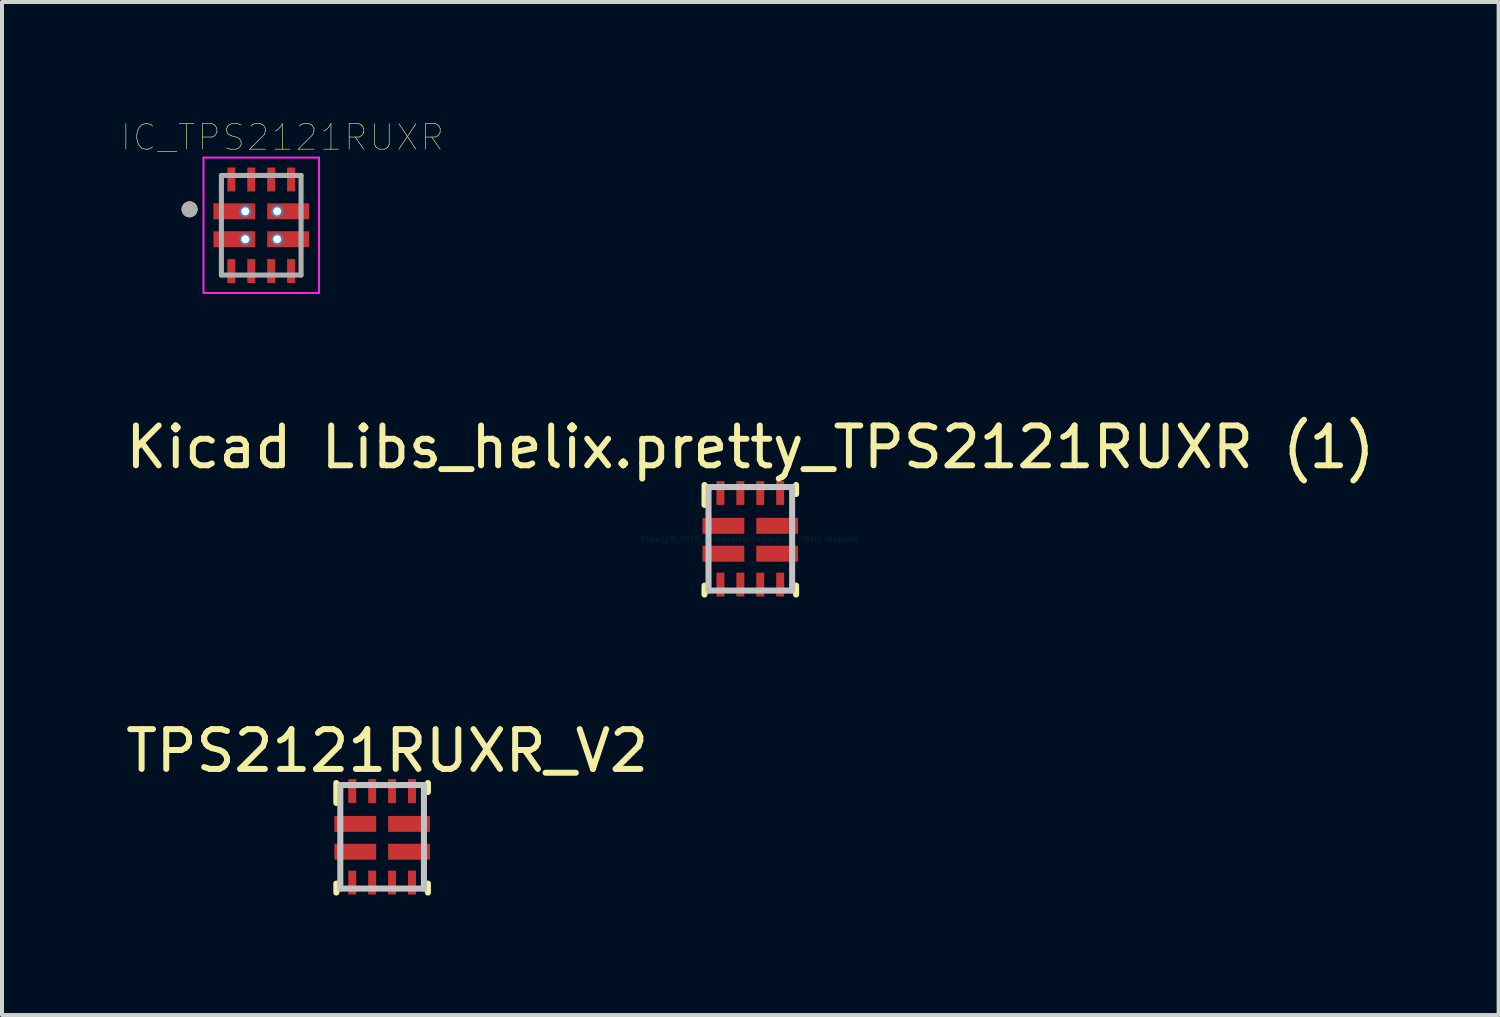
<source format=kicad_pcb>
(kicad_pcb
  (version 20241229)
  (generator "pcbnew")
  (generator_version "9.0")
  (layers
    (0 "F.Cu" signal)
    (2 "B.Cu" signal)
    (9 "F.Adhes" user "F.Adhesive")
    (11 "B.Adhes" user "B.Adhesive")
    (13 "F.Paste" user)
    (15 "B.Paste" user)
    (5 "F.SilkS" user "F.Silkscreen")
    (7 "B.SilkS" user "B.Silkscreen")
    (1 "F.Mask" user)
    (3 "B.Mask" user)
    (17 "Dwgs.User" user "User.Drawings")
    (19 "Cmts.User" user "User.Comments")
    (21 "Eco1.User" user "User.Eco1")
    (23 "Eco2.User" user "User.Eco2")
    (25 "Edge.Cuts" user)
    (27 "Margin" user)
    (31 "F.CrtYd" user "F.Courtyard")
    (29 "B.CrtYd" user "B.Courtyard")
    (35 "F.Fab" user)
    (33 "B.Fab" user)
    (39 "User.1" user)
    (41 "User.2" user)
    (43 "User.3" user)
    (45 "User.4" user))
  (footprint "IC_TPS2121RUXR"
    (layer "F.Cu")
    (at 3.51 2.607)
    (property "Reference" "IC_TPS2121RUXR" (at 0.532 -2.206 0) (layer "F.SilkS") (effects (font (size 0.64 0.64) (thickness 0.015))))
    (attr through_hole)
    (fp_poly (pts (xy -1.25 -0.6) (xy -0.1 -0.6) (xy -0.1 -0.1) (xy -1.25 -0.1)) (stroke (width 0.01) (type solid)) (fill yes) (layer "F.Mask"))
    (fp_poly (pts (xy -1.25 0.1) (xy -0.1 0.1) (xy -0.1 0.6) (xy -1.25 0.6)) (stroke (width 0.01) (type solid)) (fill yes) (layer "F.Mask"))
    (fp_poly (pts (xy -0.9 -1.5) (xy -0.6 -1.5) (xy -0.6 -0.8) (xy -0.9 -0.8)) (stroke (width 0.01) (type solid)) (fill yes) (layer "F.Mask"))
    (fp_poly (pts (xy -0.9 0.8) (xy -0.6 0.8) (xy -0.6 1.5) (xy -0.9 1.5)) (stroke (width 0.01) (type solid)) (fill yes) (layer "F.Mask"))
    (fp_poly (pts (xy -0.4 -1.5) (xy -0.1 -1.5) (xy -0.1 -0.8) (xy -0.4 -0.8)) (stroke (width 0.01) (type solid)) (fill yes) (layer "F.Mask"))
    (fp_poly (pts (xy -0.4 0.8) (xy -0.1 0.8) (xy -0.1 1.5) (xy -0.4 1.5)) (stroke (width 0.01) (type solid)) (fill yes) (layer "F.Mask"))
    (fp_poly (pts (xy 0.1 -1.5) (xy 0.4 -1.5) (xy 0.4 -0.8) (xy 0.1 -0.8)) (stroke (width 0.01) (type solid)) (fill yes) (layer "F.Mask"))
    (fp_poly (pts (xy 0.1 -0.6) (xy 1.25 -0.6) (xy 1.25 -0.1) (xy 0.1 -0.1)) (stroke (width 0.01) (type solid)) (fill yes) (layer "F.Mask"))
    (fp_poly (pts (xy 0.1 0.1) (xy 1.25 0.1) (xy 1.25 0.6) (xy 0.1 0.6)) (stroke (width 0.01) (type solid)) (fill yes) (layer "F.Mask"))
    (fp_poly (pts (xy 0.1 0.8) (xy 0.4 0.8) (xy 0.4 1.5) (xy 0.1 1.5)) (stroke (width 0.01) (type solid)) (fill yes) (layer "F.Mask"))
    (fp_poly (pts (xy 0.6 -1.5) (xy 0.9 -1.5) (xy 0.9 -0.8) (xy 0.6 -0.8)) (stroke (width 0.01) (type solid)) (fill yes) (layer "F.Mask"))
    (fp_poly (pts (xy 0.6 0.8) (xy 0.9 0.8) (xy 0.9 1.5) (xy 0.6 1.5)) (stroke (width 0.01) (type solid)) (fill yes) (layer "F.Mask"))
    (fp_circle (center -1.8 -0.4) (end -1.7 -0.4) (stroke (width 0.2) (type solid)) (fill no) (layer "F.SilkS"))
    (fp_line (start -1.45 -1.7) (end 1.45 -1.7) (stroke (width 0.05) (type solid)) (layer "F.CrtYd"))
    (fp_line (start -1.45 1.7) (end -1.45 -1.7) (stroke (width 0.05) (type solid)) (layer "F.CrtYd"))
    (fp_line (start 1.45 -1.7) (end 1.45 1.7) (stroke (width 0.05) (type solid)) (layer "F.CrtYd"))
    (fp_line (start 1.45 1.7) (end -1.45 1.7) (stroke (width 0.05) (type solid)) (layer "F.CrtYd"))
    (fp_line (start -1 -1.25) (end 1 -1.25) (stroke (width 0.127) (type solid)) (layer "F.Fab"))
    (fp_line (start -1 1.25) (end -1 -1.25) (stroke (width 0.127) (type solid)) (layer "F.Fab"))
    (fp_line (start 1 -1.25) (end 1 1.25) (stroke (width 0.127) (type solid)) (layer "F.Fab"))
    (fp_line (start 1 1.25) (end -1 1.25) (stroke (width 0.127) (type solid)) (layer "F.Fab"))
    (fp_circle (center -1.8 -0.4) (end -1.7 -0.4) (stroke (width 0.2) (type solid)) (fill no) (layer "F.Fab"))
    (pad "1" smd rect (at -0.675 -0.35) (size 1.05 0.4) (layers "F.Cu" "F.Paste"))
    (pad "1_1" thru_hole circle (at -0.4 -0.35) (size 0.3 0.3) (drill 0.2) (layers "*.Cu"))
    (pad "2" smd rect (at -0.675 0.35) (size 1.05 0.4) (layers "F.Cu" "F.Paste"))
    (pad "2_1" thru_hole circle (at -0.4 0.35) (size 0.3 0.3) (drill 0.2) (layers "*.Cu"))
    (pad "3" smd rect (at -0.75 1.15) (size 0.2 0.6) (layers "F.Cu" "F.Paste"))
    (pad "4" smd rect (at -0.25 1.15) (size 0.2 0.6) (layers "F.Cu" "F.Paste"))
    (pad "5" smd rect (at 0.25 1.15) (size 0.2 0.6) (layers "F.Cu" "F.Paste"))
    (pad "6" smd rect (at 0.75 1.15) (size 0.2 0.6) (layers "F.Cu" "F.Paste"))
    (pad "7" smd rect (at 0.675 0.35) (size 1.05 0.4) (layers "F.Cu" "F.Paste"))
    (pad "7_1" thru_hole circle (at 0.4 0.35) (size 0.3 0.3) (drill 0.2) (layers "*.Cu"))
    (pad "8" smd rect (at 0.675 -0.35) (size 1.05 0.4) (layers "F.Cu" "F.Paste"))
    (pad "8_1" thru_hole circle (at 0.4 -0.35) (size 0.3 0.3) (drill 0.2) (layers "*.Cu"))
    (pad "9" smd rect (at 0.75 -1.15) (size 0.2 0.6) (layers "F.Cu" "F.Paste"))
    (pad "10" smd rect (at 0.25 -1.15) (size 0.2 0.6) (layers "F.Cu" "F.Paste"))
    (pad "11" smd rect (at -0.25 -1.15) (size 0.2 0.6) (layers "F.Cu" "F.Paste"))
    (pad "12" smd rect (at -0.75 -1.15) (size 0.2 0.6) (layers "F.Cu" "F.Paste")))
  (footprint "TPS2121RUXR_V2"
    (layer "F.Cu")
    (at 6.546 17.964)
    (property "Reference" "TPS2121RUXR_V2" (at 0.127 -2.159 0) (layer "F.SilkS") (effects (font (size 1 1) (thickness 0.15))))
    (attr through_hole)
    (fp_line (start -1.15 -0.85) (end -1.15 -1.35) (stroke (width 0.152) (type solid)) (layer "F.SilkS"))
    (fp_line (start -1.15 1.4) (end -1.15 1.175) (stroke (width 0.152) (type solid)) (layer "F.SilkS"))
    (fp_line (start 1.15 -1.125) (end 1.15 -1.35) (stroke (width 0.152) (type solid)) (layer "F.SilkS"))
    (fp_line (start 1.15 1.4) (end 1.15 1.175) (stroke (width 0.152) (type solid)) (layer "F.SilkS"))
    (fp_line (start -1.05 -1.3) (end 1.05 -1.3) (stroke (width 0.152) (type solid)) (layer "Dwgs.User"))
    (fp_line (start -1.05 1.3) (end -1.05 -1.3) (stroke (width 0.152) (type solid)) (layer "Dwgs.User"))
    (fp_line (start -1.05 1.3) (end 1.05 1.3) (stroke (width 0.152) (type solid)) (layer "Dwgs.User"))
    (fp_line (start 1.05 1.3) (end 1.05 -1.3) (stroke (width 0.152) (type solid)) (layer "Dwgs.User"))
    (pad "1" smd rect (at -0.675 -0.325) (size 1.05 0.4) (layers "F.Cu" "F.Mask" "F.Paste"))
    (pad "2" smd rect (at -0.675 0.375) (size 1.05 0.4) (layers "F.Cu" "F.Mask" "F.Paste"))
    (pad "3" smd rect (at -0.75 1.15 90) (size 0.6 0.2) (layers "F.Cu" "F.Mask" "F.Paste"))
    (pad "4" smd rect (at -0.25 1.15 90) (size 0.6 0.2) (layers "F.Cu" "F.Mask" "F.Paste"))
    (pad "5" smd rect (at 0.25 1.15 90) (size 0.6 0.2) (layers "F.Cu" "F.Mask" "F.Paste"))
    (pad "6" smd rect (at 0.75 1.15 90) (size 0.6 0.2) (layers "F.Cu" "F.Mask" "F.Paste"))
    (pad "7" smd rect (at 0.675 0.375) (size 1.05 0.4) (layers "F.Cu" "F.Mask" "F.Paste"))
    (pad "8" smd rect (at 0.675 -0.325) (size 1.05 0.4) (layers "F.Cu" "F.Mask" "F.Paste"))
    (pad "9" smd rect (at 0.75 -1.15 90) (size 0.6 0.2) (layers "F.Cu" "F.Mask" "F.Paste"))
    (pad "10" smd rect (at 0.25 -1.15 90) (size 0.6 0.2) (layers "F.Cu" "F.Mask" "F.Paste"))
    (pad "11" smd rect (at -0.25 -1.15 90) (size 0.6 0.2) (layers "F.Cu" "F.Mask" "F.Paste"))
    (pad "12" smd rect (at -0.75 -1.15 90) (size 0.6 0.2) (layers "F.Cu" "F.Mask" "F.Paste")))
  (footprint "Kicad Libs_helix.pretty_TPS2121RUXR (1)"
    (layer "F.Cu")
    (at 15.792 10.48)
    (property "Reference" "Kicad Libs_helix.pretty_TPS2121RUXR (1)" (at 0 -2.3 0) (layer "F.SilkS") (effects (font (size 1 1) (thickness 0.15))))
    (attr through_hole)
    (fp_line (start -1.15 -0.85) (end -1.15 -1.35) (stroke (width 0.152) (type solid)) (layer "F.SilkS"))
    (fp_line (start -1.15 1.4) (end -1.15 1.175) (stroke (width 0.152) (type solid)) (layer "F.SilkS"))
    (fp_line (start 1.15 -1.125) (end 1.15 -1.35) (stroke (width 0.152) (type solid)) (layer "F.SilkS"))
    (fp_line (start 1.15 1.4) (end 1.15 1.175) (stroke (width 0.152) (type solid)) (layer "F.SilkS"))
    (fp_line (start -1.05 -1.3) (end 1.05 -1.3) (stroke (width 0.152) (type solid)) (layer "Dwgs.User"))
    (fp_line (start -1.05 1.3) (end -1.05 -1.3) (stroke (width 0.152) (type solid)) (layer "Dwgs.User"))
    (fp_line (start -1.05 1.3) (end 1.05 1.3) (stroke (width 0.152) (type solid)) (layer "Dwgs.User"))
    (fp_line (start 1.05 1.3) (end 1.05 -1.3) (stroke (width 0.152) (type solid)) (layer "Dwgs.User"))
    (fp_text user "Copyright 2016 Accelerated Designs. All rights reserved." (at 0 0 0) (layer "Cmts.User") (effects (font (size 0.127 0.127) (thickness 0.002))))
    (pad "" smd rect (at -0.75 -1.15 90) (size 0.6 0.2) (layers "F.Mask"))
    (pad "" smd rect (at -0.75 -1.15 90) (size 0.6 0.2) (layers "F.Paste"))
    (pad "" smd rect (at -0.75 1.15 90) (size 0.6 0.2) (layers "F.Mask"))
    (pad "" smd rect (at -0.75 1.15 90) (size 0.6 0.2) (layers "F.Paste"))
    (pad "" smd rect (at -0.675 -0.325) (size 1.05 0.4) (layers "F.Mask"))
    (pad "" smd rect (at -0.675 -0.325) (size 1.05 0.4) (layers "F.Paste"))
    (pad "" smd rect (at -0.675 0.375) (size 1.05 0.4) (layers "F.Mask"))
    (pad "" smd rect (at -0.675 0.375) (size 1.05 0.4) (layers "F.Paste"))
    (pad "" smd rect (at -0.25 -1.15 90) (size 0.6 0.2) (layers "F.Mask"))
    (pad "" smd rect (at -0.25 -1.15 90) (size 0.6 0.2) (layers "F.Paste"))
    (pad "" smd rect (at -0.25 1.15 90) (size 0.6 0.2) (layers "F.Mask"))
    (pad "" smd rect (at -0.25 1.15 90) (size 0.6 0.2) (layers "F.Paste"))
    (pad "" smd rect (at 0.25 -1.15 90) (size 0.6 0.2) (layers "F.Mask"))
    (pad "" smd rect (at 0.25 -1.15 90) (size 0.6 0.2) (layers "F.Paste"))
    (pad "" smd rect (at 0.25 1.15 90) (size 0.6 0.2) (layers "F.Mask"))
    (pad "" smd rect (at 0.25 1.15 90) (size 0.6 0.2) (layers "F.Paste"))
    (pad "" smd rect (at 0.675 -0.325) (size 1.05 0.4) (layers "F.Mask"))
    (pad "" smd rect (at 0.675 -0.325) (size 1.05 0.4) (layers "F.Paste"))
    (pad "" smd rect (at 0.675 0.375) (size 1.05 0.4) (layers "F.Mask"))
    (pad "" smd rect (at 0.675 0.375) (size 1.05 0.4) (layers "F.Paste"))
    (pad "" smd rect (at 0.75 -1.15 90) (size 0.6 0.2) (layers "F.Mask"))
    (pad "" smd rect (at 0.75 -1.15 90) (size 0.6 0.2) (layers "F.Paste"))
    (pad "" smd rect (at 0.75 1.15 90) (size 0.6 0.2) (layers "F.Mask"))
    (pad "" smd rect (at 0.75 1.15 90) (size 0.6 0.2) (layers "F.Paste"))
    (pad "1" smd rect (at -0.675 -0.325) (size 1.05 0.4) (layers "F.Cu"))
    (pad "2" smd rect (at -0.675 0.375) (size 1.05 0.4) (layers "F.Cu"))
    (pad "3" smd rect (at -0.75 1.15 90) (size 0.6 0.2) (layers "F.Cu"))
    (pad "4" smd rect (at -0.25 1.15 90) (size 0.6 0.2) (layers "F.Cu"))
    (pad "5" smd rect (at 0.25 1.15 90) (size 0.6 0.2) (layers "F.Cu"))
    (pad "6" smd rect (at 0.75 1.15 90) (size 0.6 0.2) (layers "F.Cu"))
    (pad "7" smd rect (at 0.675 0.375) (size 1.05 0.4) (layers "F.Cu"))
    (pad "8" smd rect (at 0.675 -0.325) (size 1.05 0.4) (layers "F.Cu"))
    (pad "9" smd rect (at 0.75 -1.15 90) (size 0.6 0.2) (layers "F.Cu"))
    (pad "10" smd rect (at 0.25 -1.15 90) (size 0.6 0.2) (layers "F.Cu"))
    (pad "11" smd rect (at -0.25 -1.15 90) (size 0.6 0.2) (layers "F.Cu"))
    (pad "12" smd rect (at -0.75 -1.15 90) (size 0.6 0.2) (layers "F.Cu")))
  (gr_rect
    (start -3 -3)
    (end 34.583 22.44)
    (stroke (width 0.1) (type default))
    (fill no)
    (layer "Edge.Cuts")))
</source>
